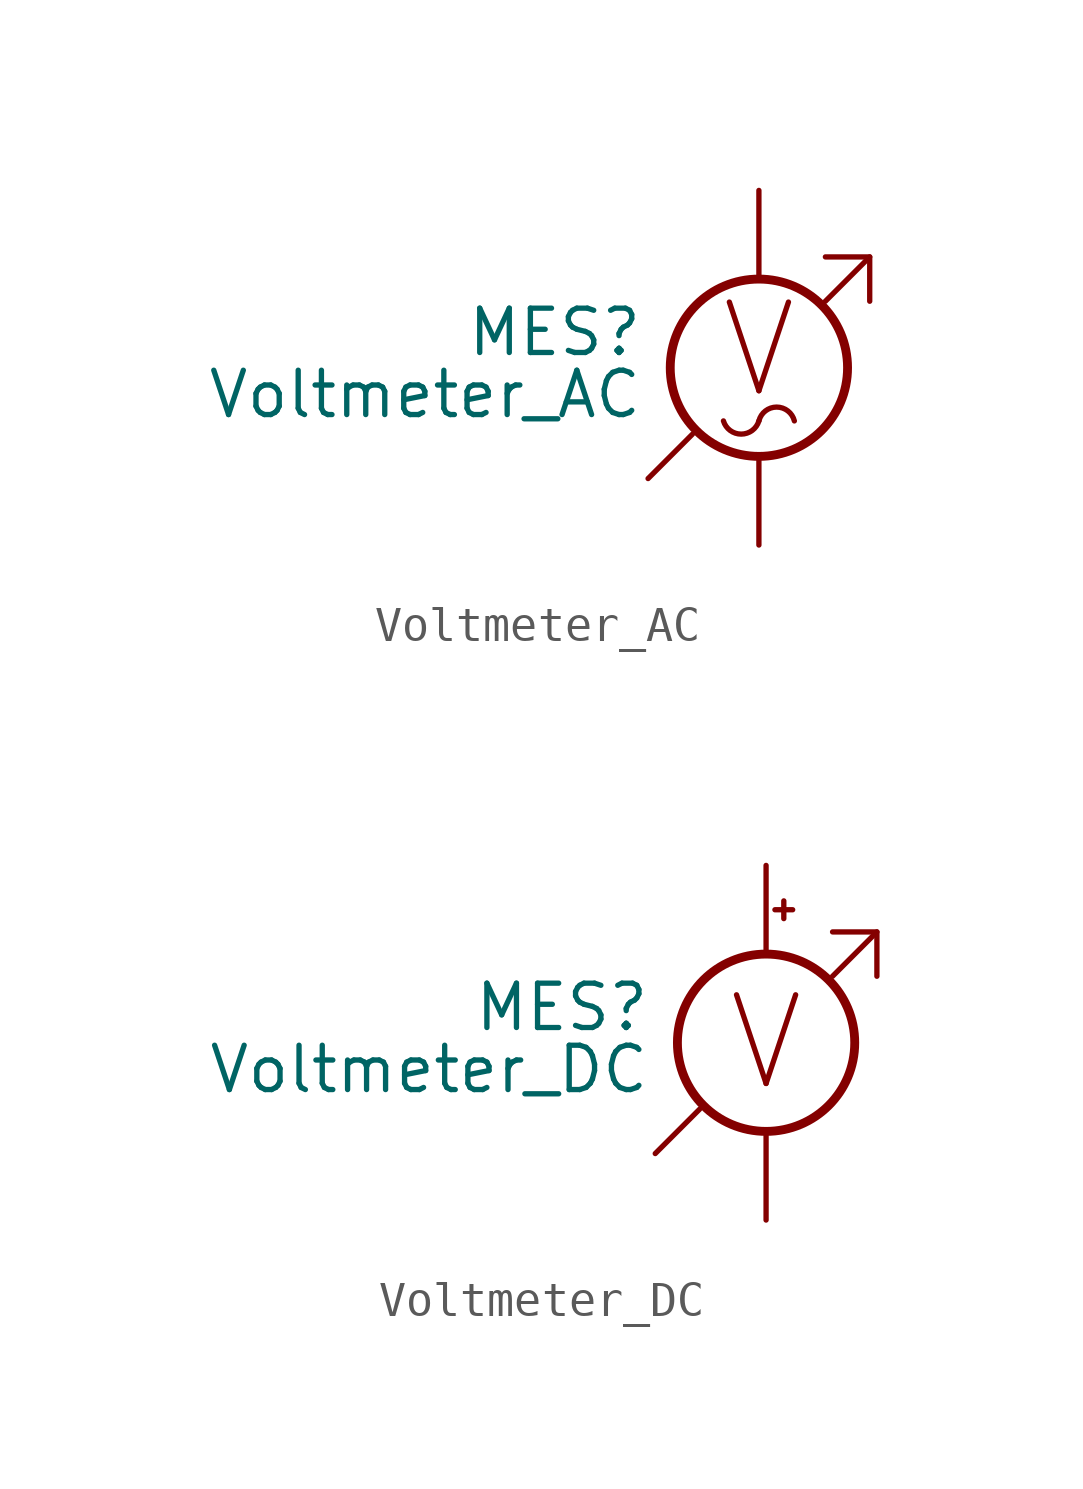
<source format=kicad_sym>
(kicad_symbol_lib
  (version 20241209)
  (generator "kicad_symbol_editor")
  (generator_version "9.0")
  (symbol "Voltmeter_AC"
    (pin_numbers
      (hide yes))
    (pin_names
      (offset 0.025)
      (hide yes))
    (property "Reference" "MES"
      (at -3.302 1.016 0)
      (effects (font (size 1.27 1.27)) (justify right)))
    (property "Value" "Voltmeter_AC"
      (at -3.302 -0.762 0)
      (effects (font (size 1.27 1.27)) (justify right)))
    (symbol "Voltmeter_AC_0_0"
      (polyline (pts (xy -3.175 -3.175) (xy -1.905 -1.905)) (stroke (width 0) (type solid)) (fill (type none)))
      (polyline (pts (xy 1.905 3.175) (xy 3.175 3.175) (xy 3.175 1.905)) (stroke (width 0) (type solid)) (fill (type none)))
      (polyline (pts (xy 1.905 1.905) (xy 3.175 3.175)) (stroke (width 0) (type solid)) (fill (type none)))
      (text "V" (at 0 0.508 0) (effects (font (size 2.54 2.54)))))
    (symbol "Voltmeter_AC_0_1"
      (arc (start 0 -1.524) (mid -0.508 -1.902) (end -1.016 -1.524) (stroke (width 0) (type solid)) (fill (type none)))
      (circle (center 0 0) (radius 2.54) (stroke (width 0.254) (type solid)) (fill (type none)))
      (arc (start 0 -1.524) (mid 0.508 -1.1274) (end 1.016 -1.524) (stroke (width 0) (type solid)) (fill (type none))))
    (symbol "Voltmeter_AC_1_1"
      (pin passive line (at 0 5.08 270) (length 2.54) (name "~" (effects (font (size 1.27 1.27)))) (number "2" (effects (font (size 1.27 1.27)))))
      (pin passive line (at 0 -5.08 90) (length 2.54) (name "~" (effects (font (size 1.27 1.27)))) (number "1" (effects (font (size 1.27 1.27)))))))
  (symbol "Voltmeter_DC"
    (pin_numbers
      (hide yes))
    (pin_names
      (offset 0.025)
      (hide yes))
    (property "Reference" "MES"
      (at -3.302 1.016 0)
      (effects (font (size 1.27 1.27)) (justify right)))
    (property "Value" "Voltmeter_DC"
      (at -3.302 -0.762 0)
      (effects (font (size 1.27 1.27)) (justify right)))
    (symbol "Voltmeter_DC_0_0"
      (polyline (pts (xy -3.175 -3.175) (xy -1.905 -1.905)) (stroke (width 0) (type solid)) (fill (type none)))
      (polyline (pts (xy 1.905 3.175) (xy 3.175 3.175) (xy 3.175 1.905)) (stroke (width 0) (type solid)) (fill (type none)))
      (polyline (pts (xy 1.905 1.905) (xy 3.175 3.175)) (stroke (width 0) (type solid)) (fill (type none)))
      (text "V" (at 0 0 0) (effects (font (size 2.54 2.54)))))
    (symbol "Voltmeter_DC_0_1"
      (circle (center 0 0) (radius 2.54) (stroke (width 0.254) (type solid)) (fill (type none)))
      (polyline (pts (xy 0.254 3.81) (xy 0.762 3.81)) (stroke (width 0) (type solid)) (fill (type none)))
      (polyline (pts (xy 0.508 4.064) (xy 0.508 3.556)) (stroke (width 0) (type solid)) (fill (type none))))
    (symbol "Voltmeter_DC_1_1"
      (pin passive line (at 0 5.08 270) (length 2.54) (name "+" (effects (font (size 1.27 1.27)))) (number "2" (effects (font (size 1.27 1.27)))))
      (pin passive line (at 0 -5.08 90) (length 2.54) (name "-" (effects (font (size 1.27 1.27)))) (number "1" (effects (font (size 1.27 1.27))))))))
</source>
